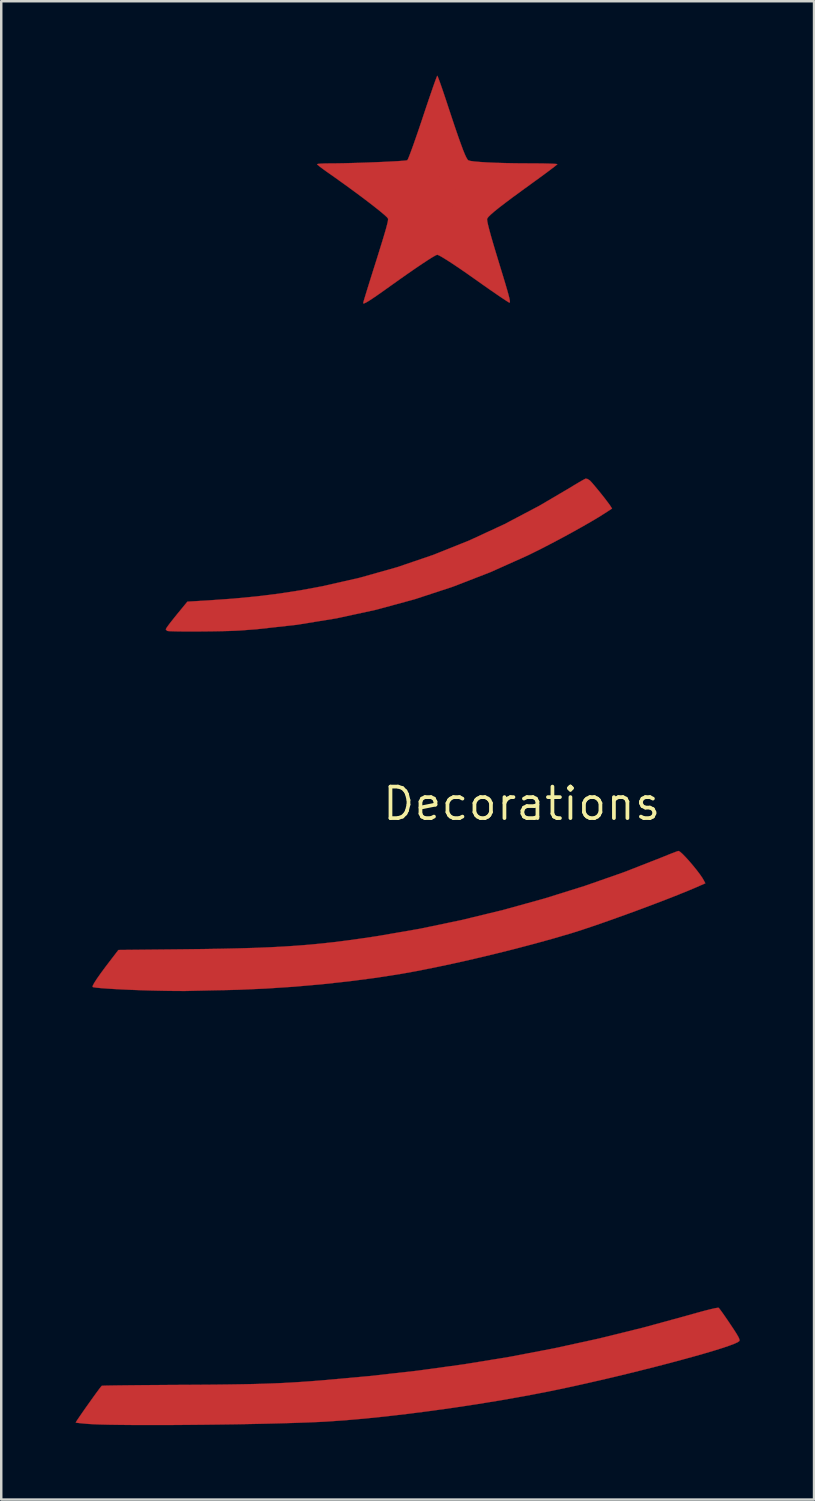
<source format=kicad_pcb>
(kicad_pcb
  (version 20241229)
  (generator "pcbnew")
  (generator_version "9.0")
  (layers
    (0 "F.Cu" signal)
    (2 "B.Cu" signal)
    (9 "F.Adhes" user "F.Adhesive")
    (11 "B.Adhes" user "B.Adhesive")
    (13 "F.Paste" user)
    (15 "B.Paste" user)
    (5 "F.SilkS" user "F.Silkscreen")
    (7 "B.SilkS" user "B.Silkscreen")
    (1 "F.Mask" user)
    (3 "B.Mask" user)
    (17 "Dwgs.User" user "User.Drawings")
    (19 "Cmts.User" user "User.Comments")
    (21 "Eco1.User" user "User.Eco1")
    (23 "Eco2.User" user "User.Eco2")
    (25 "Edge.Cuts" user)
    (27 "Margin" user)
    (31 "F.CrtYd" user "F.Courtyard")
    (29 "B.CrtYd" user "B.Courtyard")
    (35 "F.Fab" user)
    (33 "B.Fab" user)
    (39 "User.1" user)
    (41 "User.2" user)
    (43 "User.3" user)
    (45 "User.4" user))
  (footprint "Decorations"
    (layer "F.Cu")
    (at 14.589 3.563)
    (property "Reference" "Decorations" (at 3.4 25.8 0) (layer "F.SilkS") (effects (font (size 1.27 1.27) (thickness 0.15))))
    (attr through_hole)
    (fp_poly (pts (xy 6.056 12.704) (xy 6.148 12.763) (xy 6.155 12.769) (xy 6.224 12.843) (xy 6.331 12.967) (xy 6.461 13.124) (xy 6.602 13.297) (xy 6.739 13.47) (xy 6.858 13.626) (xy 6.947 13.746) (xy 6.972 13.783) (xy 7.044 13.895) (xy 6.757 14.082) (xy 6.5 14.244) (xy 6.181 14.433) (xy 5.814 14.643) (xy 5.415 14.866) (xy 4.997 15.093) (xy 4.575 15.316) (xy 4.164 15.528) (xy 3.778 15.72) (xy 3.633 15.791) (xy 2.142 16.459) (xy 0.626 17.047) (xy -0.914 17.553) (xy -2.478 17.978) (xy -4.064 18.322) (xy -5.672 18.584) (xy -7.301 18.764) (xy -7.966 18.814) (xy -8.163 18.824) (xy -8.41 18.833) (xy -8.693 18.84) (xy -9 18.846) (xy -9.32 18.85) (xy -9.64 18.853) (xy -9.949 18.854) (xy -10.234 18.853) (xy -10.483 18.85) (xy -10.684 18.845) (xy -10.826 18.839) (xy -10.896 18.83) (xy -10.898 18.829) (xy -10.947 18.778) (xy -10.951 18.759) (xy -10.925 18.711) (xy -10.854 18.61) (xy -10.746 18.468) (xy -10.612 18.299) (xy -10.516 18.18) (xy -10.082 17.651) (xy -9.236 17.6) (xy -8.236 17.529) (xy -7.3 17.44) (xy -6.407 17.33) (xy -5.539 17.196) (xy -4.674 17.036) (xy -4.665 17.035) (xy -3.132 16.687) (xy -1.632 16.264) (xy -0.161 15.763) (xy 1.284 15.184) (xy 2.707 14.525) (xy 4.111 13.784) (xy 5.259 13.109) (xy 5.473 12.979) (xy 5.665 12.864) (xy 5.822 12.773) (xy 5.932 12.712) (xy 5.98 12.689) (xy 6.056 12.704)) (stroke (width 0.01) (type solid)) (fill yes) (layer "F.Cu"))
    (fp_poly (pts (xy 9.785 27.737) (xy 9.884 27.824) (xy 10.011 27.954) (xy 10.156 28.114) (xy 10.307 28.291) (xy 10.454 28.473) (xy 10.586 28.646) (xy 10.69 28.798) (xy 10.747 28.895) (xy 10.806 29.009) (xy 10.416 29.18) (xy 10.09 29.317) (xy 9.697 29.476) (xy 9.252 29.651) (xy 8.769 29.836) (xy 8.261 30.027) (xy 7.742 30.218) (xy 7.226 30.404) (xy 6.728 30.581) (xy 6.261 30.742) (xy 5.84 30.883) (xy 5.477 30.999) (xy 5.411 31.02) (xy 4.701 31.228) (xy 3.936 31.44) (xy 3.132 31.652) (xy 2.306 31.858) (xy 1.477 32.056) (xy 0.66 32.24) (xy -0.126 32.407) (xy -0.864 32.553) (xy -1.447 32.658) (xy -2.467 32.818) (xy -3.548 32.959) (xy -4.665 33.081) (xy -5.795 33.18) (xy -6.916 33.254) (xy -8.004 33.302) (xy -8.517 33.315) (xy -8.844 33.321) (xy -9.165 33.328) (xy -9.463 33.335) (xy -9.722 33.341) (xy -9.927 33.346) (xy -10.041 33.349) (xy -10.187 33.352) (xy -10.401 33.351) (xy -10.669 33.349) (xy -10.974 33.345) (xy -11.3 33.338) (xy -11.607 33.331) (xy -11.988 33.319) (xy -12.36 33.305) (xy -12.713 33.289) (xy -13.039 33.272) (xy -13.327 33.254) (xy -13.568 33.236) (xy -13.751 33.218) (xy -13.867 33.201) (xy -13.905 33.189) (xy -13.898 33.138) (xy -13.839 33.026) (xy -13.73 32.857) (xy -13.575 32.636) (xy -13.375 32.366) (xy -13.287 32.25) (xy -12.864 31.698) (xy -10.288 31.671) (xy -9.45 31.661) (xy -8.686 31.648) (xy -7.989 31.632) (xy -7.348 31.613) (xy -6.755 31.589) (xy -6.2 31.56) (xy -5.673 31.525) (xy -5.166 31.485) (xy -4.668 31.437) (xy -4.172 31.382) (xy -3.666 31.318) (xy -3.143 31.246) (xy -2.592 31.165) (xy -2.378 31.132) (xy -0.709 30.843) (xy 0.972 30.492) (xy 2.65 30.085) (xy 4.31 29.625) (xy 5.939 29.116) (xy 7.521 28.563) (xy 9.041 27.968) (xy 9.11 27.94) (xy 9.315 27.856) (xy 9.494 27.786) (xy 9.631 27.734) (xy 9.712 27.707) (xy 9.725 27.705) (xy 9.785 27.737)) (stroke (width 0.01) (type solid)) (fill yes) (layer "F.Cu"))
    (fp_poly (pts (xy 11.344 46.129) (xy 11.383 46.175) (xy 11.46 46.279) (xy 11.566 46.429) (xy 11.694 46.614) (xy 11.807 46.782) (xy 11.961 47.013) (xy 12.071 47.186) (xy 12.141 47.309) (xy 12.178 47.392) (xy 12.185 47.445) (xy 12.178 47.467) (xy 12.113 47.515) (xy 11.972 47.58) (xy 11.76 47.659) (xy 11.485 47.752) (xy 11.152 47.856) (xy 10.767 47.97) (xy 10.337 48.092) (xy 9.868 48.221) (xy 9.366 48.356) (xy 8.838 48.493) (xy 8.289 48.632) (xy 7.726 48.772) (xy 7.155 48.91) (xy 6.582 49.044) (xy 6.014 49.174) (xy 5.457 49.298) (xy 4.917 49.413) (xy 4.4 49.519) (xy 4.36 49.527) (xy 3.477 49.695) (xy 2.56 49.857) (xy 1.624 50.01) (xy 0.68 50.153) (xy -0.261 50.285) (xy -1.186 50.404) (xy -2.082 50.508) (xy -2.939 50.596) (xy -3.743 50.666) (xy -4.483 50.717) (xy -4.792 50.733) (xy -5.253 50.752) (xy -5.764 50.77) (xy -6.316 50.786) (xy -6.9 50.801) (xy -7.509 50.814) (xy -8.136 50.826) (xy -8.771 50.835) (xy -9.408 50.843) (xy -10.039 50.849) (xy -10.654 50.854) (xy -11.248 50.856) (xy -11.811 50.856) (xy -12.335 50.854) (xy -12.814 50.849) (xy -13.238 50.843) (xy -13.6 50.834) (xy -13.893 50.822) (xy -14.083 50.811) (xy -14.276 50.794) (xy -14.435 50.778) (xy -14.544 50.765) (xy -14.584 50.756) (xy -14.565 50.719) (xy -14.505 50.626) (xy -14.412 50.489) (xy -14.296 50.321) (xy -14.164 50.132) (xy -14.025 49.937) (xy -13.889 49.746) (xy -13.763 49.572) (xy -13.657 49.428) (xy -13.578 49.325) (xy -13.536 49.276) (xy -13.534 49.274) (xy -13.487 49.271) (xy -13.363 49.267) (xy -13.167 49.263) (xy -12.906 49.259) (xy -12.587 49.255) (xy -12.216 49.251) (xy -11.8 49.247) (xy -11.346 49.244) (xy -10.861 49.24) (xy -10.35 49.237) (xy -10.31 49.237) (xy -9.606 49.233) (xy -8.976 49.228) (xy -8.412 49.221) (xy -7.905 49.213) (xy -7.444 49.204) (xy -7.021 49.192) (xy -6.626 49.178) (xy -6.25 49.162) (xy -5.882 49.142) (xy -5.515 49.119) (xy -5.138 49.093) (xy -4.741 49.062) (xy -4.728 49.061) (xy -2.734 48.882) (xy -0.805 48.665) (xy 1.072 48.407) (xy 2.909 48.107) (xy 4.718 47.761) (xy 6.511 47.369) (xy 8.301 46.927) (xy 10.068 46.443) (xy 10.44 46.338) (xy 10.756 46.252) (xy 11.009 46.188) (xy 11.195 46.145) (xy 11.309 46.127) (xy 11.344 46.129)) (stroke (width 0.01) (type solid)) (fill yes) (layer "F.Cu"))
    (fp_poly (pts (xy 0.016 -3.52) (xy 0.059 -3.411) (xy 0.12 -3.242) (xy 0.197 -3.022) (xy 0.284 -2.764) (xy 0.38 -2.476) (xy 0.393 -2.436) (xy 0.564 -1.919) (xy 0.711 -1.478) (xy 0.838 -1.109) (xy 0.946 -0.807) (xy 1.035 -0.567) (xy 1.109 -0.386) (xy 1.169 -0.258) (xy 1.216 -0.179) (xy 1.25 -0.146) (xy 1.336 -0.122) (xy 1.5 -0.1) (xy 1.731 -0.08) (xy 2.022 -0.062) (xy 2.364 -0.047) (xy 2.75 -0.036) (xy 3.17 -0.028) (xy 3.617 -0.025) (xy 3.707 -0.024) (xy 4.007 -0.023) (xy 4.276 -0.02) (xy 4.505 -0.014) (xy 4.682 -0.008) (xy 4.797 -0.000109) (xy 4.838 0.008) (xy 4.838 0.008) (xy 4.805 0.04) (xy 4.711 0.115) (xy 4.566 0.226) (xy 4.378 0.366) (xy 4.155 0.53) (xy 3.907 0.71) (xy 3.854 0.749) (xy 3.415 1.067) (xy 3.042 1.34) (xy 2.733 1.572) (xy 2.483 1.764) (xy 2.29 1.92) (xy 2.149 2.043) (xy 2.057 2.135) (xy 2.01 2.2) (xy 2.003 2.226) (xy 2.012 2.311) (xy 2.041 2.449) (xy 2.09 2.644) (xy 2.16 2.901) (xy 2.254 3.225) (xy 2.372 3.619) (xy 2.515 4.089) (xy 2.528 4.133) (xy 2.649 4.527) (xy 2.745 4.846) (xy 2.819 5.099) (xy 2.872 5.291) (xy 2.907 5.43) (xy 2.923 5.521) (xy 2.924 5.573) (xy 2.911 5.592) (xy 2.887 5.585) (xy 2.772 5.513) (xy 2.598 5.398) (xy 2.377 5.248) (xy 2.12 5.071) (xy 1.837 4.873) (xy 1.54 4.662) (xy 1.495 4.631) (xy 1.186 4.413) (xy 0.895 4.213) (xy 0.631 4.035) (xy 0.402 3.886) (xy 0.215 3.771) (xy 0.079 3.694) (xy 0.002 3.661) (xy -0.006 3.66) (xy -0.068 3.684) (xy -0.191 3.754) (xy -0.37 3.866) (xy -0.598 4.016) (xy -0.868 4.198) (xy -1.175 4.41) (xy -1.511 4.646) (xy -1.837 4.878) (xy -2.161 5.109) (xy -2.423 5.293) (xy -2.628 5.433) (xy -2.781 5.532) (xy -2.889 5.594) (xy -2.956 5.623) (xy -2.988 5.621) (xy -2.992 5.608) (xy -2.98 5.558) (xy -2.945 5.437) (xy -2.89 5.256) (xy -2.819 5.025) (xy -2.735 4.754) (xy -2.64 4.453) (xy -2.594 4.305) (xy -2.443 3.828) (xy -2.318 3.426) (xy -2.215 3.093) (xy -2.134 2.823) (xy -2.072 2.61) (xy -2.029 2.447) (xy -2.001 2.33) (xy -1.989 2.252) (xy -1.989 2.208) (xy -1.991 2.202) (xy -2.038 2.143) (xy -2.148 2.042) (xy -2.314 1.903) (xy -2.53 1.731) (xy -2.788 1.531) (xy -3.083 1.308) (xy -3.407 1.068) (xy -3.755 0.815) (xy -4.118 0.555) (xy -4.462 0.313) (xy -4.617 0.201) (xy -4.744 0.106) (xy -4.827 0.037) (xy -4.853 0.008) (xy -4.814 -0.003) (xy -4.706 -0.013) (xy -4.544 -0.02) (xy -4.344 -0.023) (xy -4.296 -0.023) (xy -4.053 -0.025) (xy -3.77 -0.03) (xy -3.459 -0.038) (xy -3.13 -0.047) (xy -2.795 -0.059) (xy -2.464 -0.072) (xy -2.15 -0.085) (xy -1.863 -0.1) (xy -1.615 -0.113) (xy -1.418 -0.127) (xy -1.281 -0.139) (xy -1.217 -0.15) (xy -1.215 -0.151) (xy -1.187 -0.198) (xy -1.136 -0.319) (xy -1.065 -0.507) (xy -0.975 -0.753) (xy -0.871 -1.05) (xy -0.753 -1.392) (xy -0.625 -1.771) (xy -0.592 -1.872) (xy -0.472 -2.232) (xy -0.36 -2.565) (xy -0.257 -2.864) (xy -0.169 -3.12) (xy -0.096 -3.325) (xy -0.042 -3.47) (xy -0.011 -3.547) (xy -0.004 -3.558) (xy 0.016 -3.52)) (stroke (width 0.01) (type solid)) (fill yes) (layer "F.Cu"))
    (fp_poly (pts (xy 6.056 12.704) (xy 6.148 12.763) (xy 6.155 12.769) (xy 6.224 12.843) (xy 6.331 12.967) (xy 6.461 13.124) (xy 6.602 13.297) (xy 6.739 13.47) (xy 6.858 13.626) (xy 6.947 13.746) (xy 6.972 13.783) (xy 7.044 13.895) (xy 6.757 14.082) (xy 6.5 14.244) (xy 6.181 14.433) (xy 5.814 14.643) (xy 5.415 14.866) (xy 4.997 15.093) (xy 4.575 15.316) (xy 4.164 15.528) (xy 3.778 15.72) (xy 3.633 15.791) (xy 2.142 16.459) (xy 0.626 17.047) (xy -0.914 17.553) (xy -2.478 17.978) (xy -4.064 18.322) (xy -5.672 18.584) (xy -7.301 18.764) (xy -7.966 18.814) (xy -8.163 18.824) (xy -8.41 18.833) (xy -8.693 18.84) (xy -9 18.846) (xy -9.32 18.85) (xy -9.64 18.853) (xy -9.949 18.854) (xy -10.234 18.853) (xy -10.483 18.85) (xy -10.684 18.845) (xy -10.826 18.839) (xy -10.896 18.83) (xy -10.898 18.829) (xy -10.947 18.778) (xy -10.951 18.759) (xy -10.925 18.711) (xy -10.854 18.61) (xy -10.746 18.468) (xy -10.612 18.299) (xy -10.516 18.18) (xy -10.082 17.651) (xy -9.236 17.6) (xy -8.236 17.529) (xy -7.3 17.44) (xy -6.407 17.33) (xy -5.539 17.196) (xy -4.674 17.036) (xy -4.665 17.035) (xy -3.132 16.687) (xy -1.632 16.264) (xy -0.161 15.763) (xy 1.284 15.184) (xy 2.707 14.525) (xy 4.111 13.784) (xy 5.259 13.109) (xy 5.473 12.979) (xy 5.665 12.864) (xy 5.822 12.773) (xy 5.932 12.712) (xy 5.98 12.689) (xy 6.056 12.704)) (stroke (width 0.01) (type solid)) (fill yes) (layer "F.Mask"))
    (fp_poly (pts (xy 9.785 27.737) (xy 9.884 27.824) (xy 10.011 27.954) (xy 10.156 28.114) (xy 10.307 28.291) (xy 10.454 28.473) (xy 10.586 28.646) (xy 10.69 28.798) (xy 10.747 28.895) (xy 10.806 29.009) (xy 10.416 29.18) (xy 10.09 29.317) (xy 9.697 29.476) (xy 9.252 29.651) (xy 8.769 29.836) (xy 8.261 30.027) (xy 7.742 30.218) (xy 7.226 30.404) (xy 6.728 30.581) (xy 6.261 30.742) (xy 5.84 30.883) (xy 5.477 30.999) (xy 5.411 31.02) (xy 4.701 31.228) (xy 3.936 31.44) (xy 3.132 31.652) (xy 2.306 31.858) (xy 1.477 32.056) (xy 0.66 32.24) (xy -0.126 32.407) (xy -0.864 32.553) (xy -1.447 32.658) (xy -2.467 32.818) (xy -3.548 32.959) (xy -4.665 33.081) (xy -5.795 33.18) (xy -6.916 33.254) (xy -8.004 33.302) (xy -8.517 33.315) (xy -8.844 33.321) (xy -9.165 33.328) (xy -9.463 33.335) (xy -9.722 33.341) (xy -9.927 33.346) (xy -10.041 33.349) (xy -10.187 33.352) (xy -10.401 33.351) (xy -10.669 33.349) (xy -10.974 33.345) (xy -11.3 33.338) (xy -11.607 33.331) (xy -11.988 33.319) (xy -12.36 33.305) (xy -12.713 33.289) (xy -13.039 33.272) (xy -13.327 33.254) (xy -13.568 33.236) (xy -13.751 33.218) (xy -13.867 33.201) (xy -13.905 33.189) (xy -13.898 33.138) (xy -13.839 33.026) (xy -13.73 32.857) (xy -13.575 32.636) (xy -13.375 32.366) (xy -13.287 32.25) (xy -12.864 31.698) (xy -10.288 31.671) (xy -9.45 31.661) (xy -8.686 31.648) (xy -7.989 31.632) (xy -7.348 31.613) (xy -6.755 31.589) (xy -6.2 31.56) (xy -5.673 31.525) (xy -5.166 31.485) (xy -4.668 31.437) (xy -4.172 31.382) (xy -3.666 31.318) (xy -3.143 31.246) (xy -2.592 31.165) (xy -2.378 31.132) (xy -0.709 30.843) (xy 0.972 30.492) (xy 2.65 30.085) (xy 4.31 29.625) (xy 5.939 29.116) (xy 7.521 28.563) (xy 9.041 27.968) (xy 9.11 27.94) (xy 9.315 27.856) (xy 9.494 27.786) (xy 9.631 27.734) (xy 9.712 27.707) (xy 9.725 27.705) (xy 9.785 27.737)) (stroke (width 0.01) (type solid)) (fill yes) (layer "F.Mask"))
    (fp_poly (pts (xy 11.344 46.129) (xy 11.383 46.175) (xy 11.46 46.279) (xy 11.566 46.429) (xy 11.694 46.614) (xy 11.807 46.782) (xy 11.961 47.013) (xy 12.071 47.186) (xy 12.141 47.309) (xy 12.178 47.392) (xy 12.185 47.445) (xy 12.178 47.467) (xy 12.113 47.515) (xy 11.972 47.58) (xy 11.76 47.659) (xy 11.485 47.752) (xy 11.152 47.856) (xy 10.767 47.97) (xy 10.337 48.092) (xy 9.868 48.221) (xy 9.366 48.356) (xy 8.838 48.493) (xy 8.289 48.632) (xy 7.726 48.772) (xy 7.155 48.91) (xy 6.582 49.044) (xy 6.014 49.174) (xy 5.457 49.298) (xy 4.917 49.413) (xy 4.4 49.519) (xy 4.36 49.527) (xy 3.477 49.695) (xy 2.56 49.857) (xy 1.624 50.01) (xy 0.68 50.153) (xy -0.261 50.285) (xy -1.186 50.404) (xy -2.082 50.508) (xy -2.939 50.596) (xy -3.743 50.666) (xy -4.483 50.717) (xy -4.792 50.733) (xy -5.253 50.752) (xy -5.764 50.77) (xy -6.316 50.786) (xy -6.9 50.801) (xy -7.509 50.814) (xy -8.136 50.826) (xy -8.771 50.835) (xy -9.408 50.843) (xy -10.039 50.849) (xy -10.654 50.854) (xy -11.248 50.856) (xy -11.811 50.856) (xy -12.335 50.854) (xy -12.814 50.849) (xy -13.238 50.843) (xy -13.6 50.834) (xy -13.893 50.822) (xy -14.083 50.811) (xy -14.276 50.794) (xy -14.435 50.778) (xy -14.544 50.765) (xy -14.584 50.756) (xy -14.565 50.719) (xy -14.505 50.626) (xy -14.412 50.489) (xy -14.296 50.321) (xy -14.164 50.132) (xy -14.025 49.937) (xy -13.889 49.746) (xy -13.763 49.572) (xy -13.657 49.428) (xy -13.578 49.325) (xy -13.536 49.276) (xy -13.534 49.274) (xy -13.487 49.271) (xy -13.363 49.267) (xy -13.167 49.263) (xy -12.906 49.259) (xy -12.587 49.255) (xy -12.216 49.251) (xy -11.8 49.247) (xy -11.346 49.244) (xy -10.861 49.24) (xy -10.35 49.237) (xy -10.31 49.237) (xy -9.606 49.233) (xy -8.976 49.228) (xy -8.412 49.221) (xy -7.905 49.213) (xy -7.444 49.204) (xy -7.021 49.192) (xy -6.626 49.178) (xy -6.25 49.162) (xy -5.882 49.142) (xy -5.515 49.119) (xy -5.138 49.093) (xy -4.741 49.062) (xy -4.728 49.061) (xy -2.734 48.882) (xy -0.805 48.665) (xy 1.072 48.407) (xy 2.909 48.107) (xy 4.718 47.761) (xy 6.511 47.369) (xy 8.301 46.927) (xy 10.068 46.443) (xy 10.44 46.338) (xy 10.756 46.252) (xy 11.009 46.188) (xy 11.195 46.145) (xy 11.309 46.127) (xy 11.344 46.129)) (stroke (width 0.01) (type solid)) (fill yes) (layer "F.Mask"))
    (fp_poly (pts (xy 0.016 -3.52) (xy 0.059 -3.411) (xy 0.12 -3.242) (xy 0.197 -3.022) (xy 0.284 -2.764) (xy 0.38 -2.476) (xy 0.393 -2.436) (xy 0.564 -1.919) (xy 0.711 -1.478) (xy 0.838 -1.109) (xy 0.946 -0.807) (xy 1.035 -0.567) (xy 1.109 -0.386) (xy 1.169 -0.258) (xy 1.216 -0.179) (xy 1.25 -0.146) (xy 1.336 -0.122) (xy 1.5 -0.1) (xy 1.731 -0.08) (xy 2.022 -0.062) (xy 2.364 -0.047) (xy 2.75 -0.036) (xy 3.17 -0.028) (xy 3.617 -0.025) (xy 3.707 -0.024) (xy 4.007 -0.023) (xy 4.276 -0.02) (xy 4.505 -0.014) (xy 4.682 -0.008) (xy 4.797 -0.000109) (xy 4.838 0.008) (xy 4.838 0.008) (xy 4.805 0.04) (xy 4.711 0.115) (xy 4.566 0.226) (xy 4.378 0.366) (xy 4.155 0.53) (xy 3.907 0.71) (xy 3.854 0.749) (xy 3.415 1.067) (xy 3.042 1.34) (xy 2.733 1.572) (xy 2.483 1.764) (xy 2.29 1.92) (xy 2.149 2.043) (xy 2.057 2.135) (xy 2.01 2.2) (xy 2.003 2.226) (xy 2.012 2.311) (xy 2.041 2.449) (xy 2.09 2.644) (xy 2.16 2.901) (xy 2.254 3.225) (xy 2.372 3.619) (xy 2.515 4.089) (xy 2.528 4.133) (xy 2.649 4.527) (xy 2.745 4.846) (xy 2.819 5.099) (xy 2.872 5.291) (xy 2.907 5.43) (xy 2.923 5.521) (xy 2.924 5.573) (xy 2.911 5.592) (xy 2.887 5.585) (xy 2.772 5.513) (xy 2.598 5.398) (xy 2.377 5.248) (xy 2.12 5.071) (xy 1.837 4.873) (xy 1.54 4.662) (xy 1.495 4.631) (xy 1.186 4.413) (xy 0.895 4.213) (xy 0.631 4.035) (xy 0.402 3.886) (xy 0.215 3.771) (xy 0.079 3.694) (xy 0.002 3.661) (xy -0.006 3.66) (xy -0.068 3.684) (xy -0.191 3.754) (xy -0.37 3.866) (xy -0.598 4.016) (xy -0.868 4.198) (xy -1.175 4.41) (xy -1.511 4.646) (xy -1.837 4.878) (xy -2.161 5.109) (xy -2.423 5.293) (xy -2.628 5.433) (xy -2.781 5.532) (xy -2.889 5.594) (xy -2.956 5.623) (xy -2.988 5.621) (xy -2.992 5.608) (xy -2.98 5.558) (xy -2.945 5.437) (xy -2.89 5.256) (xy -2.819 5.025) (xy -2.735 4.754) (xy -2.64 4.453) (xy -2.594 4.305) (xy -2.443 3.828) (xy -2.318 3.426) (xy -2.215 3.093) (xy -2.134 2.823) (xy -2.072 2.61) (xy -2.029 2.447) (xy -2.001 2.33) (xy -1.989 2.252) (xy -1.989 2.208) (xy -1.991 2.202) (xy -2.038 2.143) (xy -2.148 2.042) (xy -2.314 1.903) (xy -2.53 1.731) (xy -2.788 1.531) (xy -3.083 1.308) (xy -3.407 1.068) (xy -3.755 0.815) (xy -4.118 0.555) (xy -4.462 0.313) (xy -4.617 0.201) (xy -4.744 0.106) (xy -4.827 0.037) (xy -4.853 0.008) (xy -4.814 -0.003) (xy -4.706 -0.013) (xy -4.544 -0.02) (xy -4.344 -0.023) (xy -4.296 -0.023) (xy -4.053 -0.025) (xy -3.77 -0.03) (xy -3.459 -0.038) (xy -3.13 -0.047) (xy -2.795 -0.059) (xy -2.464 -0.072) (xy -2.15 -0.085) (xy -1.863 -0.1) (xy -1.615 -0.113) (xy -1.418 -0.127) (xy -1.281 -0.139) (xy -1.217 -0.15) (xy -1.215 -0.151) (xy -1.187 -0.198) (xy -1.136 -0.319) (xy -1.065 -0.507) (xy -0.975 -0.753) (xy -0.871 -1.05) (xy -0.753 -1.392) (xy -0.625 -1.771) (xy -0.592 -1.872) (xy -0.472 -2.232) (xy -0.36 -2.565) (xy -0.257 -2.864) (xy -0.169 -3.12) (xy -0.096 -3.325) (xy -0.042 -3.47) (xy -0.011 -3.547) (xy -0.004 -3.558) (xy 0.016 -3.52)) (stroke (width 0.01) (type solid)) (fill yes) (layer "F.Mask"))
    (pad "1" smd circle (at 0 1.27) (size 1.524 1.524) (layers "F.Cu" "F.Mask" "F.Paste"))
    (pad "1" smd circle (at 0 16.51) (size 1 1) (layers "F.Cu" "F.Mask" "F.Paste"))
    (pad "1" smd circle (at 0 31.75) (size 1 1) (layers "F.Cu" "F.Mask" "F.Paste"))
    (pad "1" smd circle (at 0 49.53) (size 1 1) (layers "F.Cu" "F.Mask" "F.Paste")))
  (gr_rect
    (start -3 -3)
    (end 29.779 57.424)
    (stroke (width 0.1) (type default))
    (fill no)
    (layer "Edge.Cuts")))
</source>
